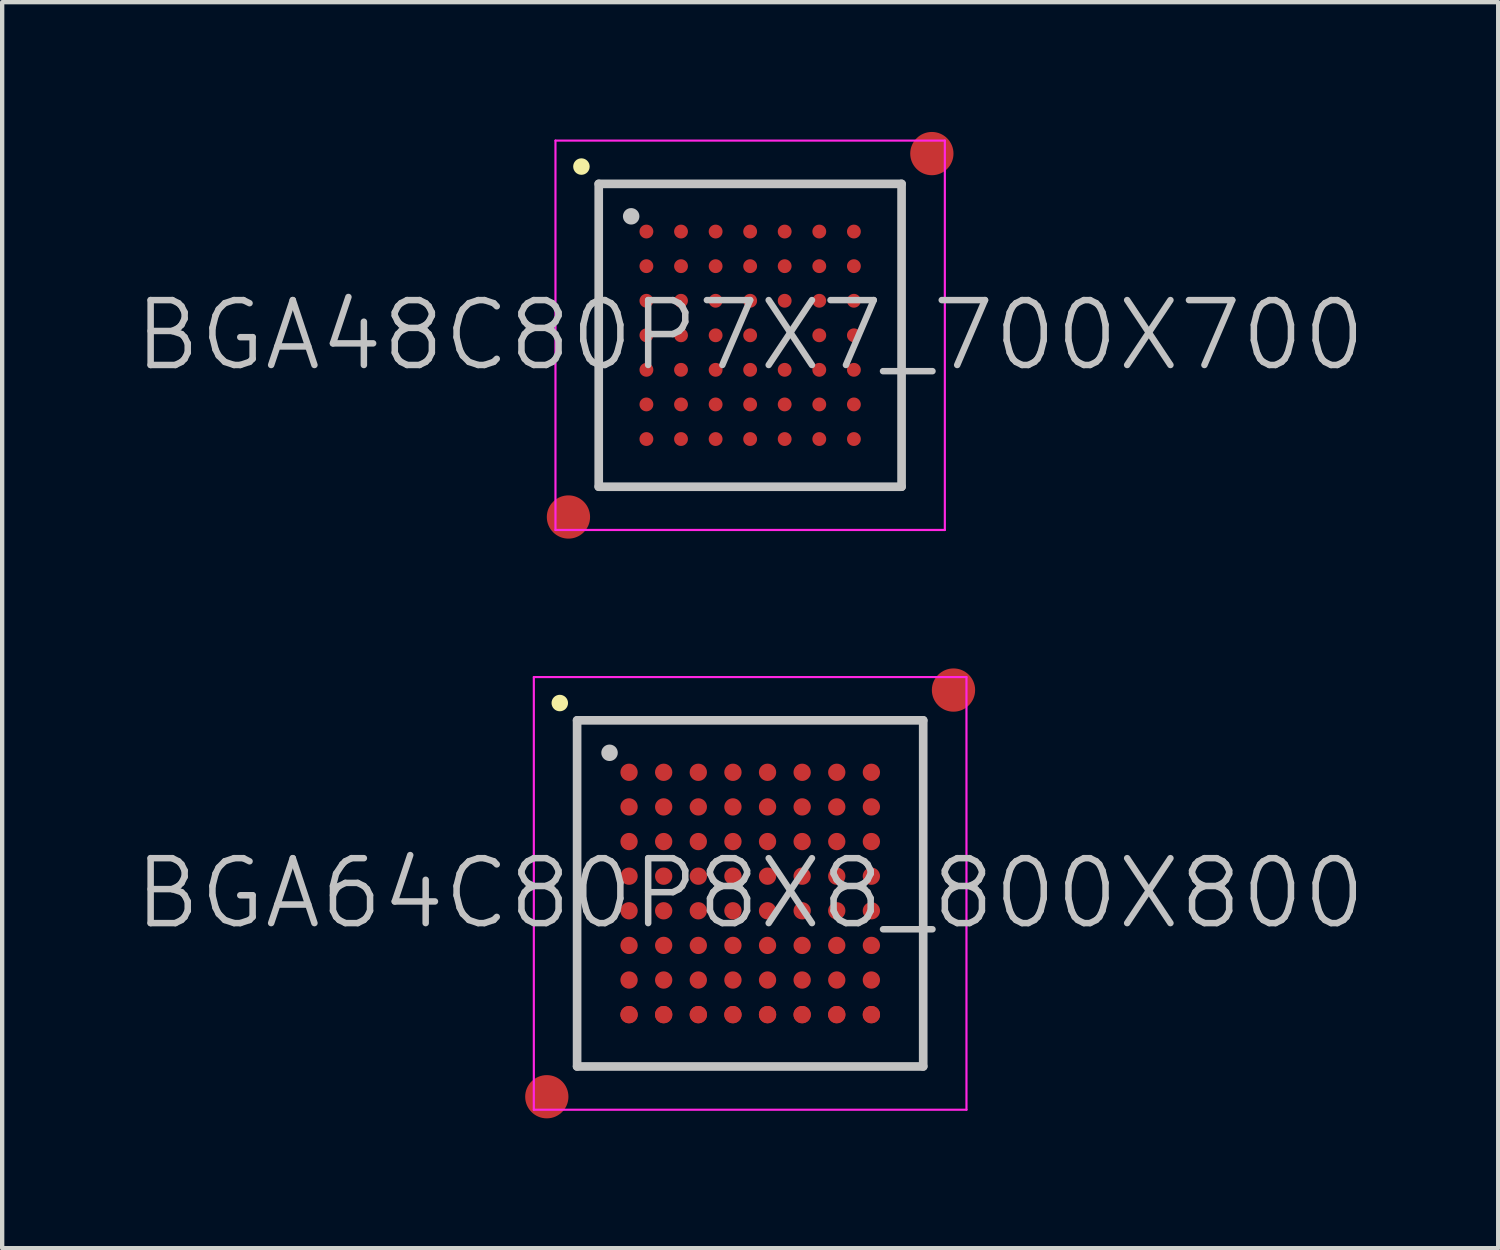
<source format=kicad_pcb>
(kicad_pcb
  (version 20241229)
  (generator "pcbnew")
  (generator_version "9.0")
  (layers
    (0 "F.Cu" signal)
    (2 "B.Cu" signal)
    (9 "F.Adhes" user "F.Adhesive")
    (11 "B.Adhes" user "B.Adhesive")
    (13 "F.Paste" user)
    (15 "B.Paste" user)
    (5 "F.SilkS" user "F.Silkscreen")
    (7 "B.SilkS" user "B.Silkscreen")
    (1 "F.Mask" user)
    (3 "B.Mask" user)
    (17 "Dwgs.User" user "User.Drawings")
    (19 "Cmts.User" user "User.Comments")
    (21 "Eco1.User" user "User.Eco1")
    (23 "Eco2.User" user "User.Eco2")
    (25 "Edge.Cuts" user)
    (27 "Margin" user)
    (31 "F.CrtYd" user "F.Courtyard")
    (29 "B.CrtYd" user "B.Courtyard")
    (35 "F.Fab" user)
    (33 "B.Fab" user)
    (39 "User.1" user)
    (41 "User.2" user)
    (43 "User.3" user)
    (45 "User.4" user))
  (footprint "BGA64C80P8X8_800X800"
    (layer "F.Cu")
    (at 14.289 17.6)
    (property "Reference" "BGA64C80P8X8_800X800" (at 0 0 0) (layer "Dwgs.User") (effects (font (size 1.5 1.5) (thickness 0.15))))
    (attr smd)
    (fp_line (start -4.4 -4.4) (end -4.4 -4.4) (stroke (width 0.381) (type solid)) (layer "F.SilkS"))
    (fp_line (start -4 -4) (end -4 4) (stroke (width 0.2) (type solid)) (layer "Dwgs.User"))
    (fp_line (start -4 -4) (end 4 -4) (stroke (width 0.2) (type solid)) (layer "Dwgs.User"))
    (fp_line (start -4 4) (end 4 4) (stroke (width 0.2) (type solid)) (layer "Dwgs.User"))
    (fp_line (start -3.25 -3.25) (end -3.25 -3.25) (stroke (width 0.381) (type solid)) (layer "Dwgs.User"))
    (fp_line (start 4 -4) (end 4 4) (stroke (width 0.2) (type solid)) (layer "Dwgs.User"))
    (fp_line (start -5 -5) (end -5 5) (stroke (width 0.05) (type solid)) (layer "F.CrtYd"))
    (fp_line (start -5 -5) (end 5 -5) (stroke (width 0.05) (type solid)) (layer "F.CrtYd"))
    (fp_line (start -5 5) (end 5 5) (stroke (width 0.05) (type solid)) (layer "F.CrtYd"))
    (fp_line (start 5 -5) (end 5 5) (stroke (width 0.05) (type solid)) (layer "F.CrtYd"))
    (pad "" smd circle (at -4.7 4.7) (size 1 1) (layers "F.Cu" "F.Mask"))
    (pad "" smd circle (at 4.7 -4.7) (size 1 1) (layers "F.Cu" "F.Mask"))
    (pad "A1" smd circle (at -2.799 -2.799) (size 0.4 0.4) (layers "F.Cu" "F.Mask" "F.Paste"))
    (pad "A2" smd circle (at -1.999 -2.799) (size 0.4 0.4) (layers "F.Cu" "F.Mask" "F.Paste"))
    (pad "A3" smd circle (at -1.198 -2.799) (size 0.4 0.4) (layers "F.Cu" "F.Mask" "F.Paste"))
    (pad "A4" smd circle (at -0.398 -2.799) (size 0.4 0.4) (layers "F.Cu" "F.Mask" "F.Paste"))
    (pad "A5" smd circle (at 0.402 -2.799) (size 0.4 0.4) (layers "F.Cu" "F.Mask" "F.Paste"))
    (pad "A6" smd circle (at 1.202 -2.799) (size 0.4 0.4) (layers "F.Cu" "F.Mask" "F.Paste"))
    (pad "A7" smd circle (at 2.002 -2.799) (size 0.4 0.4) (layers "F.Cu" "F.Mask" "F.Paste"))
    (pad "A8" smd circle (at 2.802 -2.799) (size 0.4 0.4) (layers "F.Cu" "F.Mask" "F.Paste"))
    (pad "B1" smd circle (at -2.799 -1.999) (size 0.4 0.4) (layers "F.Cu" "F.Mask" "F.Paste"))
    (pad "B2" smd circle (at -1.999 -1.999) (size 0.4 0.4) (layers "F.Cu" "F.Mask" "F.Paste"))
    (pad "B3" smd circle (at -1.198 -1.999) (size 0.4 0.4) (layers "F.Cu" "F.Mask" "F.Paste"))
    (pad "B4" smd circle (at -0.398 -1.999) (size 0.4 0.4) (layers "F.Cu" "F.Mask" "F.Paste"))
    (pad "B5" smd circle (at 0.402 -1.999) (size 0.4 0.4) (layers "F.Cu" "F.Mask" "F.Paste"))
    (pad "B6" smd circle (at 1.202 -1.999) (size 0.4 0.4) (layers "F.Cu" "F.Mask" "F.Paste"))
    (pad "B7" smd circle (at 2.002 -1.999) (size 0.4 0.4) (layers "F.Cu" "F.Mask" "F.Paste"))
    (pad "B8" smd circle (at 2.802 -1.999) (size 0.4 0.4) (layers "F.Cu" "F.Mask" "F.Paste"))
    (pad "C1" smd circle (at -2.799 -1.198) (size 0.4 0.4) (layers "F.Cu" "F.Mask" "F.Paste"))
    (pad "C2" smd circle (at -1.999 -1.198) (size 0.4 0.4) (layers "F.Cu" "F.Mask" "F.Paste"))
    (pad "C3" smd circle (at -1.198 -1.198) (size 0.4 0.4) (layers "F.Cu" "F.Mask" "F.Paste"))
    (pad "C4" smd circle (at -0.398 -1.198) (size 0.4 0.4) (layers "F.Cu" "F.Mask" "F.Paste"))
    (pad "C5" smd circle (at 0.402 -1.198) (size 0.4 0.4) (layers "F.Cu" "F.Mask" "F.Paste"))
    (pad "C6" smd circle (at 1.202 -1.198) (size 0.4 0.4) (layers "F.Cu" "F.Mask" "F.Paste"))
    (pad "C7" smd circle (at 2.002 -1.198) (size 0.4 0.4) (layers "F.Cu" "F.Mask" "F.Paste"))
    (pad "C8" smd circle (at 2.802 -1.198) (size 0.4 0.4) (layers "F.Cu" "F.Mask" "F.Paste"))
    (pad "D1" smd circle (at -2.799 -0.398) (size 0.4 0.4) (layers "F.Cu" "F.Mask" "F.Paste"))
    (pad "D2" smd circle (at -1.999 -0.398) (size 0.4 0.4) (layers "F.Cu" "F.Mask" "F.Paste"))
    (pad "D3" smd circle (at -1.198 -0.398) (size 0.4 0.4) (layers "F.Cu" "F.Mask" "F.Paste"))
    (pad "D4" smd circle (at -0.398 -0.398) (size 0.4 0.4) (layers "F.Cu" "F.Mask" "F.Paste"))
    (pad "D5" smd circle (at 0.402 -0.398) (size 0.4 0.4) (layers "F.Cu" "F.Mask" "F.Paste"))
    (pad "D6" smd circle (at 1.202 -0.398) (size 0.4 0.4) (layers "F.Cu" "F.Mask" "F.Paste"))
    (pad "D7" smd circle (at 2.002 -0.398) (size 0.4 0.4) (layers "F.Cu" "F.Mask" "F.Paste"))
    (pad "D8" smd circle (at 2.802 -0.398) (size 0.4 0.4) (layers "F.Cu" "F.Mask" "F.Paste"))
    (pad "E1" smd circle (at -2.799 0.402) (size 0.4 0.4) (layers "F.Cu" "F.Mask" "F.Paste"))
    (pad "E2" smd circle (at -1.999 0.402) (size 0.4 0.4) (layers "F.Cu" "F.Mask" "F.Paste"))
    (pad "E3" smd circle (at -1.198 0.402) (size 0.4 0.4) (layers "F.Cu" "F.Mask" "F.Paste"))
    (pad "E4" smd circle (at -0.398 0.402) (size 0.4 0.4) (layers "F.Cu" "F.Mask" "F.Paste"))
    (pad "E5" smd circle (at 0.402 0.402) (size 0.4 0.4) (layers "F.Cu" "F.Mask" "F.Paste"))
    (pad "E6" smd circle (at 1.202 0.402) (size 0.4 0.4) (layers "F.Cu" "F.Mask" "F.Paste"))
    (pad "E7" smd circle (at 2.002 0.402) (size 0.4 0.4) (layers "F.Cu" "F.Mask" "F.Paste"))
    (pad "E8" smd circle (at 2.802 0.402) (size 0.4 0.4) (layers "F.Cu" "F.Mask" "F.Paste"))
    (pad "F1" smd circle (at -2.799 1.202) (size 0.4 0.4) (layers "F.Cu" "F.Mask" "F.Paste"))
    (pad "F2" smd circle (at -1.999 1.202) (size 0.4 0.4) (layers "F.Cu" "F.Mask" "F.Paste"))
    (pad "F3" smd circle (at -1.198 1.202) (size 0.4 0.4) (layers "F.Cu" "F.Mask" "F.Paste"))
    (pad "F4" smd circle (at -0.398 1.202) (size 0.4 0.4) (layers "F.Cu" "F.Mask" "F.Paste"))
    (pad "F5" smd circle (at 0.402 1.202) (size 0.4 0.4) (layers "F.Cu" "F.Mask" "F.Paste"))
    (pad "F6" smd circle (at 1.202 1.202) (size 0.4 0.4) (layers "F.Cu" "F.Mask" "F.Paste"))
    (pad "F7" smd circle (at 2.002 1.202) (size 0.4 0.4) (layers "F.Cu" "F.Mask" "F.Paste"))
    (pad "F8" smd circle (at 2.802 1.202) (size 0.4 0.4) (layers "F.Cu" "F.Mask" "F.Paste"))
    (pad "G1" smd circle (at -2.799 2.002) (size 0.4 0.4) (layers "F.Cu" "F.Mask" "F.Paste"))
    (pad "G2" smd circle (at -1.999 2.002) (size 0.4 0.4) (layers "F.Cu" "F.Mask" "F.Paste"))
    (pad "G3" smd circle (at -1.198 2.002) (size 0.4 0.4) (layers "F.Cu" "F.Mask" "F.Paste"))
    (pad "G4" smd circle (at -0.398 2.002) (size 0.4 0.4) (layers "F.Cu" "F.Mask" "F.Paste"))
    (pad "G5" smd circle (at 0.402 2.002) (size 0.4 0.4) (layers "F.Cu" "F.Mask" "F.Paste"))
    (pad "G6" smd circle (at 1.202 2.002) (size 0.4 0.4) (layers "F.Cu" "F.Mask" "F.Paste"))
    (pad "G7" smd circle (at 2.002 2.002) (size 0.4 0.4) (layers "F.Cu" "F.Mask" "F.Paste"))
    (pad "G8" smd circle (at 2.802 2.002) (size 0.4 0.4) (layers "F.Cu" "F.Mask" "F.Paste"))
    (pad "H1" smd circle (at -2.799 2.802) (size 0.4 0.4) (layers "F.Cu" "F.Mask" "F.Paste"))
    (pad "H2" smd circle (at -1.999 2.802) (size 0.4 0.4) (layers "F.Cu" "F.Mask" "F.Paste"))
    (pad "H3" smd circle (at -1.198 2.802) (size 0.4 0.4) (layers "F.Cu" "F.Mask" "F.Paste"))
    (pad "H4" smd circle (at -0.398 2.802) (size 0.4 0.4) (layers "F.Cu" "F.Mask" "F.Paste"))
    (pad "H5" smd circle (at 0.402 2.802) (size 0.4 0.4) (layers "F.Cu" "F.Mask" "F.Paste"))
    (pad "H6" smd circle (at 1.202 2.802) (size 0.4 0.4) (layers "F.Cu" "F.Mask" "F.Paste"))
    (pad "H7" smd circle (at 2.002 2.802) (size 0.4 0.4) (layers "F.Cu" "F.Mask" "F.Paste"))
    (pad "H8" smd circle (at 2.802 2.802) (size 0.4 0.4) (layers "F.Cu" "F.Mask" "F.Paste"))
    (pad "K1" smd circle (at -2.799 2.802) (size 0.4 0.4) (layers "F.Cu" "F.Mask" "F.Paste"))
    (pad "K2" smd circle (at -1.999 2.802) (size 0.4 0.4) (layers "F.Cu" "F.Mask" "F.Paste"))
    (pad "K3" smd circle (at -1.198 2.802) (size 0.4 0.4) (layers "F.Cu" "F.Mask" "F.Paste"))
    (pad "K4" smd circle (at -0.398 2.802) (size 0.4 0.4) (layers "F.Cu" "F.Mask" "F.Paste"))
    (pad "K5" smd circle (at 0.402 2.802) (size 0.4 0.4) (layers "F.Cu" "F.Mask" "F.Paste"))
    (pad "K6" smd circle (at 1.202 2.802) (size 0.4 0.4) (layers "F.Cu" "F.Mask" "F.Paste"))
    (pad "K7" smd circle (at 2.002 2.802) (size 0.4 0.4) (layers "F.Cu" "F.Mask" "F.Paste"))
    (pad "K8" smd circle (at 2.802 2.802) (size 0.4 0.4) (layers "F.Cu" "F.Mask" "F.Paste")))
  (footprint "BGA48C80P7X7_700X700"
    (layer "F.Cu")
    (at 14.289 4.7)
    (property "Reference" "BGA48C80P7X7_700X700" (at 0 0 0) (layer "Dwgs.User") (effects (font (size 1.5 1.5) (thickness 0.15))))
    (attr smd)
    (fp_line (start -3.9 -3.9) (end -3.9 -3.9) (stroke (width 0.381) (type solid)) (layer "F.SilkS"))
    (fp_line (start -3.5 -3.5) (end -3.5 3.5) (stroke (width 0.2) (type solid)) (layer "Dwgs.User"))
    (fp_line (start -3.5 -3.5) (end 3.5 -3.5) (stroke (width 0.2) (type solid)) (layer "Dwgs.User"))
    (fp_line (start -3.5 3.5) (end 3.5 3.5) (stroke (width 0.2) (type solid)) (layer "Dwgs.User"))
    (fp_line (start -2.75 -2.75) (end -2.75 -2.75) (stroke (width 0.381) (type solid)) (layer "Dwgs.User"))
    (fp_line (start 3.5 -3.5) (end 3.5 3.5) (stroke (width 0.2) (type solid)) (layer "Dwgs.User"))
    (fp_line (start -4.5 -4.5) (end -4.5 4.5) (stroke (width 0.05) (type solid)) (layer "F.CrtYd"))
    (fp_line (start -4.5 -4.5) (end 4.5 -4.5) (stroke (width 0.05) (type solid)) (layer "F.CrtYd"))
    (fp_line (start -4.5 4.5) (end 4.5 4.5) (stroke (width 0.05) (type solid)) (layer "F.CrtYd"))
    (fp_line (start 4.5 -4.5) (end 4.5 4.5) (stroke (width 0.05) (type solid)) (layer "F.CrtYd"))
    (pad "" smd circle (at -4.2 4.2) (size 1 1) (layers "F.Cu" "F.Mask"))
    (pad "" smd circle (at 4.2 -4.2) (size 1 1) (layers "F.Cu" "F.Mask"))
    (pad "A1" smd circle (at -2.398 -2.398 270) (size 0.32 0.32) (layers "F.Cu" "F.Mask" "F.Paste"))
    (pad "A2" smd circle (at -1.598 -2.398 270) (size 0.32 0.32) (layers "F.Cu" "F.Mask" "F.Paste"))
    (pad "A3" smd circle (at -0.798 -2.398 270) (size 0.32 0.32) (layers "F.Cu" "F.Mask" "F.Paste"))
    (pad "A4" smd circle (at 0 -2.398 270) (size 0.32 0.32) (layers "F.Cu" "F.Mask" "F.Paste"))
    (pad "A5" smd circle (at 0.798 -2.398 270) (size 0.32 0.32) (layers "F.Cu" "F.Mask" "F.Paste"))
    (pad "A6" smd circle (at 1.598 -2.398 270) (size 0.32 0.32) (layers "F.Cu" "F.Mask" "F.Paste"))
    (pad "A7" smd circle (at 2.398 -2.398 270) (size 0.32 0.32) (layers "F.Cu" "F.Mask" "F.Paste"))
    (pad "B1" smd circle (at -2.398 -1.598 270) (size 0.32 0.32) (layers "F.Cu" "F.Mask" "F.Paste"))
    (pad "B2" smd circle (at -1.598 -1.598 270) (size 0.32 0.32) (layers "F.Cu" "F.Mask" "F.Paste"))
    (pad "B3" smd circle (at -0.798 -1.598 270) (size 0.32 0.32) (layers "F.Cu" "F.Mask" "F.Paste"))
    (pad "B4" smd circle (at 0 -1.598 270) (size 0.32 0.32) (layers "F.Cu" "F.Mask" "F.Paste"))
    (pad "B5" smd circle (at 0.798 -1.598 270) (size 0.32 0.32) (layers "F.Cu" "F.Mask" "F.Paste"))
    (pad "B6" smd circle (at 1.598 -1.598 270) (size 0.32 0.32) (layers "F.Cu" "F.Mask" "F.Paste"))
    (pad "B7" smd circle (at 2.398 -1.598 270) (size 0.32 0.32) (layers "F.Cu" "F.Mask" "F.Paste"))
    (pad "C1" smd circle (at -2.398 -0.798 270) (size 0.32 0.32) (layers "F.Cu" "F.Mask" "F.Paste"))
    (pad "C2" smd circle (at -1.598 -0.798 270) (size 0.32 0.32) (layers "F.Cu" "F.Mask" "F.Paste"))
    (pad "C3" smd circle (at -0.798 -0.798 270) (size 0.32 0.32) (layers "F.Cu" "F.Mask" "F.Paste"))
    (pad "C4" smd circle (at 0 -0.798 270) (size 0.32 0.32) (layers "F.Cu" "F.Mask" "F.Paste"))
    (pad "C5" smd circle (at 0.798 -0.798 270) (size 0.32 0.32) (layers "F.Cu" "F.Mask" "F.Paste"))
    (pad "C6" smd circle (at 1.598 -0.798 270) (size 0.32 0.32) (layers "F.Cu" "F.Mask" "F.Paste"))
    (pad "C7" smd circle (at 2.398 -0.798 270) (size 0.32 0.32) (layers "F.Cu" "F.Mask" "F.Paste"))
    (pad "D1" smd circle (at -2.398 0 270) (size 0.32 0.32) (layers "F.Cu" "F.Mask" "F.Paste"))
    (pad "D2" smd circle (at -1.598 0 270) (size 0.32 0.32) (layers "F.Cu" "F.Mask" "F.Paste"))
    (pad "D3" smd circle (at -0.798 0 270) (size 0.32 0.32) (layers "F.Cu" "F.Mask" "F.Paste"))
    (pad "D4" smd circle (at 0 0 270) (size 0.32 0.32) (layers "F.Cu" "F.Mask" "F.Paste"))
    (pad "D6" smd circle (at 1.598 0 270) (size 0.32 0.32) (layers "F.Cu" "F.Mask" "F.Paste"))
    (pad "D7" smd circle (at 2.398 0 270) (size 0.32 0.32) (layers "F.Cu" "F.Mask" "F.Paste"))
    (pad "E1" smd circle (at -2.398 0.798 270) (size 0.32 0.32) (layers "F.Cu" "F.Mask" "F.Paste"))
    (pad "E2" smd circle (at -1.598 0.798 270) (size 0.32 0.32) (layers "F.Cu" "F.Mask" "F.Paste"))
    (pad "E3" smd circle (at -0.798 0.798 270) (size 0.32 0.32) (layers "F.Cu" "F.Mask" "F.Paste"))
    (pad "E4" smd circle (at 0 0.798 270) (size 0.32 0.32) (layers "F.Cu" "F.Mask" "F.Paste"))
    (pad "E5" smd circle (at 0.798 0.798 270) (size 0.32 0.32) (layers "F.Cu" "F.Mask" "F.Paste"))
    (pad "E6" smd circle (at 1.598 0.798 270) (size 0.32 0.32) (layers "F.Cu" "F.Mask" "F.Paste"))
    (pad "E7" smd circle (at 2.398 0.798 270) (size 0.32 0.32) (layers "F.Cu" "F.Mask" "F.Paste"))
    (pad "F1" smd circle (at -2.398 1.598 270) (size 0.32 0.32) (layers "F.Cu" "F.Mask" "F.Paste"))
    (pad "F2" smd circle (at -1.598 1.598 270) (size 0.32 0.32) (layers "F.Cu" "F.Mask" "F.Paste"))
    (pad "F3" smd circle (at -0.798 1.598 270) (size 0.32 0.32) (layers "F.Cu" "F.Mask" "F.Paste"))
    (pad "F4" smd circle (at 0 1.598 270) (size 0.32 0.32) (layers "F.Cu" "F.Mask" "F.Paste"))
    (pad "F5" smd circle (at 0.798 1.598 270) (size 0.32 0.32) (layers "F.Cu" "F.Mask" "F.Paste"))
    (pad "F6" smd circle (at 1.598 1.598 270) (size 0.32 0.32) (layers "F.Cu" "F.Mask" "F.Paste"))
    (pad "F7" smd circle (at 2.398 1.598 270) (size 0.32 0.32) (layers "F.Cu" "F.Mask" "F.Paste"))
    (pad "G1" smd circle (at -2.398 2.398 270) (size 0.32 0.32) (layers "F.Cu" "F.Mask" "F.Paste"))
    (pad "G2" smd circle (at -1.598 2.398 270) (size 0.32 0.32) (layers "F.Cu" "F.Mask" "F.Paste"))
    (pad "G3" smd circle (at -0.798 2.398 270) (size 0.32 0.32) (layers "F.Cu" "F.Mask" "F.Paste"))
    (pad "G4" smd circle (at 0 2.398 270) (size 0.32 0.32) (layers "F.Cu" "F.Mask" "F.Paste"))
    (pad "G5" smd circle (at 0.798 2.398 270) (size 0.32 0.32) (layers "F.Cu" "F.Mask" "F.Paste"))
    (pad "G6" smd circle (at 1.598 2.398 270) (size 0.32 0.32) (layers "F.Cu" "F.Mask" "F.Paste"))
    (pad "G7" smd circle (at 2.398 2.398 270) (size 0.32 0.32) (layers "F.Cu" "F.Mask" "F.Paste")))
  (gr_rect
    (start -3 -3)
    (end 31.579 25.8)
    (stroke (width 0.1) (type default))
    (fill no)
    (layer "Edge.Cuts")))
</source>
